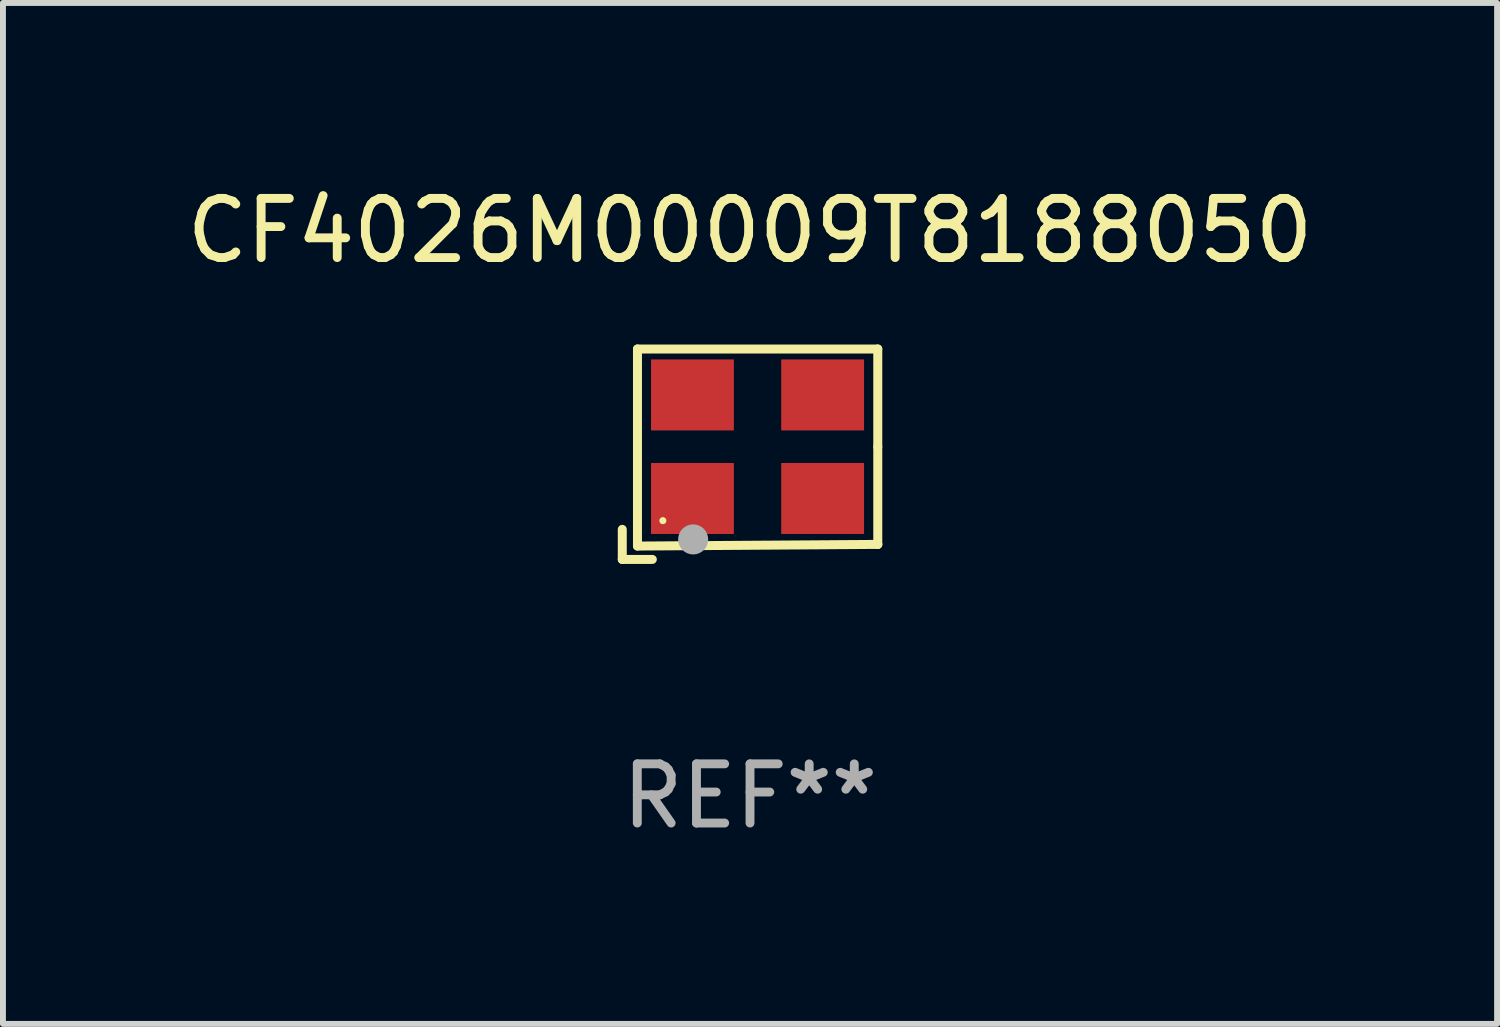
<source format=kicad_pcb>
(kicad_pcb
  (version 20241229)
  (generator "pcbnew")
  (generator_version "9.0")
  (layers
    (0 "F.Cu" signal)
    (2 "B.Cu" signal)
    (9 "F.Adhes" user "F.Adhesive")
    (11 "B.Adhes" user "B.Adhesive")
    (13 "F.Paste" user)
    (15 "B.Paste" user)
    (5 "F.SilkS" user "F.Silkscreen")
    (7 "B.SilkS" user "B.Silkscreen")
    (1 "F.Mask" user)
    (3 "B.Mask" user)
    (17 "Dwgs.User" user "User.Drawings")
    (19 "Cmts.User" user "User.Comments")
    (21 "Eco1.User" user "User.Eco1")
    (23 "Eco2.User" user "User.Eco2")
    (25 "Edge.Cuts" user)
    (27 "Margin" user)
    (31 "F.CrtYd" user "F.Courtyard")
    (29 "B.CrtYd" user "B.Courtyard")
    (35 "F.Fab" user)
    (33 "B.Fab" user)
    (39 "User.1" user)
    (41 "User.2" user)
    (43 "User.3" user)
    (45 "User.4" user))
  (footprint "CF4026M00009T8188050"
    (layer "F.Cu")
    (at 9.625 4.626)
    (property "Reference" "CF4026M00009T8188050" (at 0 -3.778 0) (layer "F.SilkS") (effects (font (size 1 1) (thickness 0.15))))
    (attr through_hole)
    (fp_line (start -2.159 1.27) (end -2.159 1.778) (stroke (width 0.152) (type solid)) (layer "F.SilkS"))
    (fp_line (start -2.159 1.778) (end -1.651 1.778) (stroke (width 0.152) (type solid)) (layer "F.SilkS"))
    (fp_line (start -1.902 -1.778) (end 2.159 -1.778) (stroke (width 0.152) (type solid)) (layer "F.SilkS"))
    (fp_line (start -1.902 1.552) (end -1.902 -1.778) (stroke (width 0.152) (type solid)) (layer "F.SilkS"))
    (fp_line (start 2.159 -1.778) (end 2.159 -0.127) (stroke (width 0.152) (type solid)) (layer "F.SilkS"))
    (fp_line (start 2.159 -0.127) (end 2.159 1.524) (stroke (width 0.152) (type solid)) (layer "F.SilkS"))
    (fp_line (start 2.159 1.524) (end -1.902 1.552) (stroke (width 0.152) (type solid)) (layer "F.SilkS"))
    (fp_line (start 2.159 1.524) (end 2.159 1.524) (stroke (width 0.152) (type solid)) (layer "F.SilkS"))
    (fp_circle (center -1.473 1.123) (end -1.443 1.123) (stroke (width 0.06) (type solid)) (fill no) (layer "F.SilkS"))
    (fp_circle (center -0.961 1.44) (end -0.834 1.44) (stroke (width 0.254) (type solid)) (fill no) (layer "F.Fab"))
    (fp_text user "REF**" (at 0 5.778 0) (layer "F.Fab") (effects (font (size 1 1) (thickness 0.15))))
    (pad "1" smd rect (at -0.973 0.748) (size 1.4 1.2) (layers "F.Cu" "F.Mask" "F.Paste"))
    (pad "2" smd rect (at 1.227 0.748) (size 1.4 1.2) (layers "F.Cu" "F.Mask" "F.Paste"))
    (pad "3" smd rect (at 1.227 -1.002) (size 1.4 1.2) (layers "F.Cu" "F.Mask" "F.Paste"))
    (pad "4" smd rect (at -0.973 -1.002) (size 1.4 1.2) (layers "F.Cu" "F.Mask" "F.Paste")))
  (gr_rect
    (start -3 -3)
    (end 22.25 14.253)
    (stroke (width 0.1) (type default))
    (fill no)
    (layer "Edge.Cuts")))
</source>
